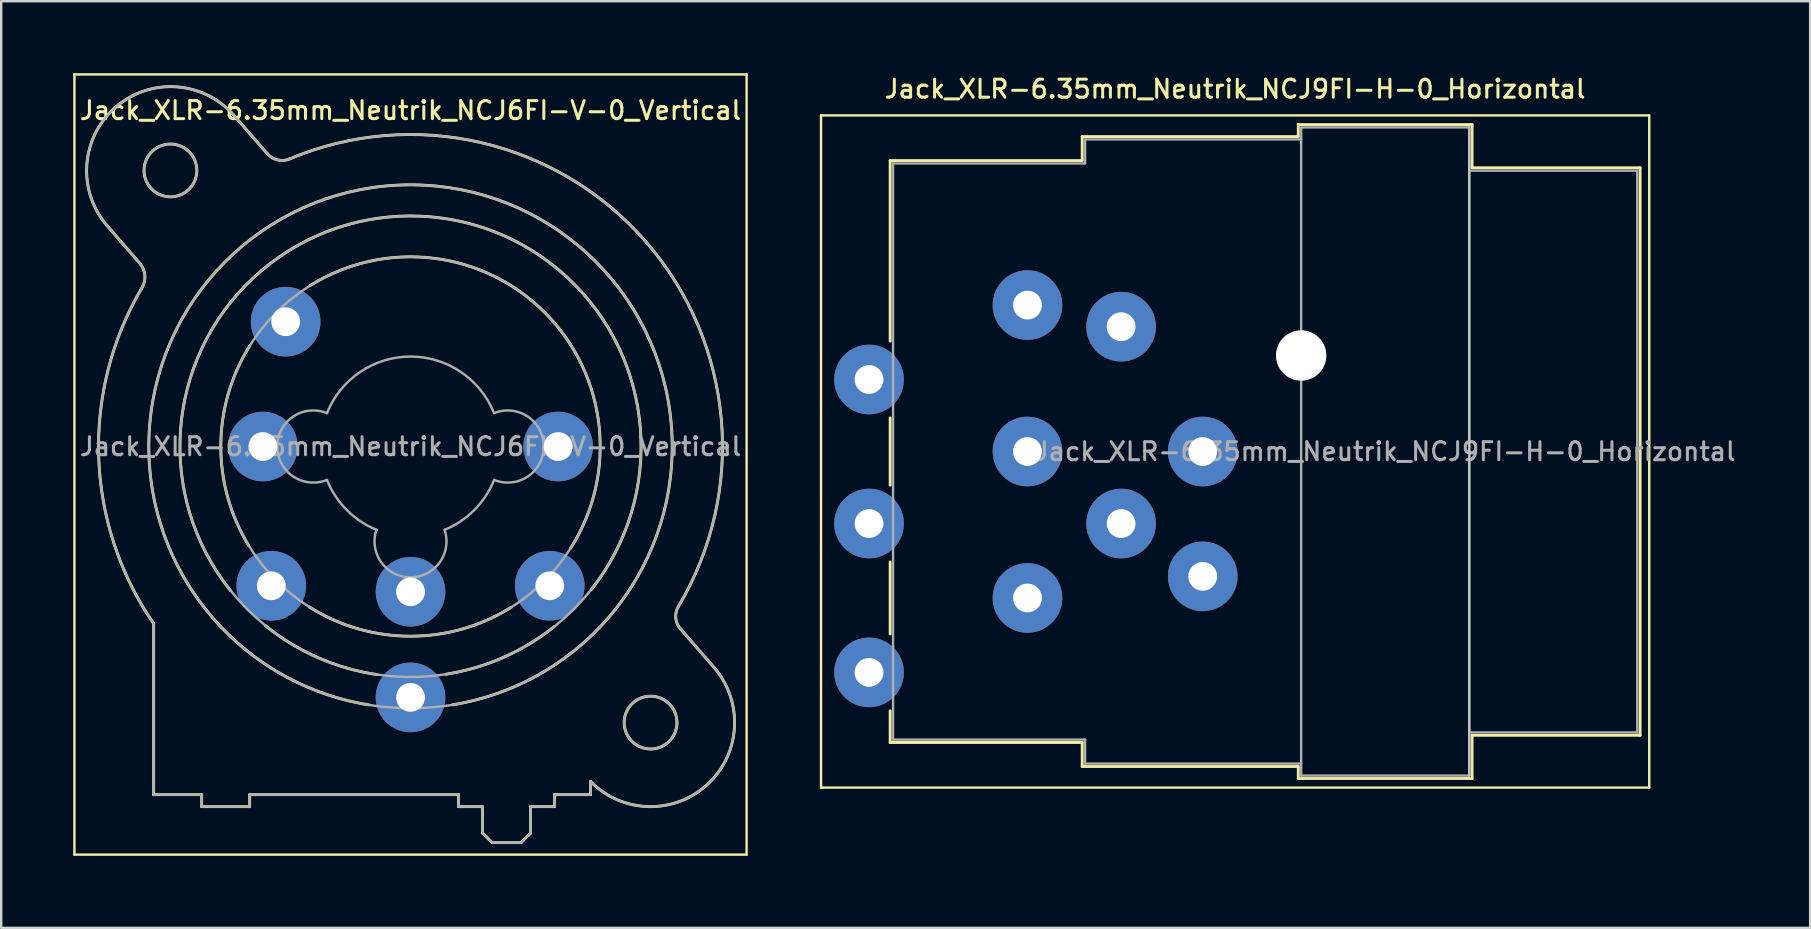
<source format=kicad_pcb>
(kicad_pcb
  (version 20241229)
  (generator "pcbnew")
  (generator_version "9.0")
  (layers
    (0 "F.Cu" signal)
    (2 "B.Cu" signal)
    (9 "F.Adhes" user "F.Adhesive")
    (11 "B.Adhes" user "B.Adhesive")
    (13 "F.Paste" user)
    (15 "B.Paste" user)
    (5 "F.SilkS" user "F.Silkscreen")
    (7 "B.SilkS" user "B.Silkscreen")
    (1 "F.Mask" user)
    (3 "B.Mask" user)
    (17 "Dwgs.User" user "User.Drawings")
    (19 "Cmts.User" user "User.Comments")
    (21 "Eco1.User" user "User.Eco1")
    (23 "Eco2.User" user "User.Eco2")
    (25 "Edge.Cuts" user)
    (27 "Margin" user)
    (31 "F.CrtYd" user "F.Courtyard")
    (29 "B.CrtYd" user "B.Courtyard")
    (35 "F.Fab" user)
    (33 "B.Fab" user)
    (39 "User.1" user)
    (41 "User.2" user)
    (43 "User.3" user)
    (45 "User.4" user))
  (footprint "Jack_XLR-6.35mm_Neutrik_NCJ6FI-V-0_Vertical"
    (layer "F.Cu")
    (at 20.2 15.55)
    (property "Reference" "Jack_XLR-6.35mm_Neutrik_NCJ6FI-V-0_Vertical" (at -6.15 -14 0) (layer "F.SilkS") (effects (font (size 0.75 0.75) (thickness 0.125))))
    (attr through_hole)
    (fp_line (start -20.15 -15.5) (end 7.85 -15.5) (stroke (width 0.1) (type solid)) (layer "F.SilkS"))
    (fp_line (start -20.15 17) (end -20.15 -15.5) (stroke (width 0.1) (type solid)) (layer "F.SilkS"))
    (fp_line (start -17.4 -7.6) (end -18.79 -9.2) (stroke (width 0.12) (type solid)) (layer "F.SilkS"))
    (fp_line (start -16.85 14.5) (end -16.85 7.38) (stroke (width 0.12) (type solid)) (layer "F.SilkS"))
    (fp_line (start -14.85 14.5) (end -16.85 14.5) (stroke (width 0.12) (type solid)) (layer "F.SilkS"))
    (fp_line (start -14.85 14.5) (end -14.85 15) (stroke (width 0.12) (type solid)) (layer "F.SilkS"))
    (fp_line (start -13.51 -13.8) (end -12.11 -12.19) (stroke (width 0.12) (type solid)) (layer "F.SilkS"))
    (fp_line (start -12.85 14.5) (end -12.85 15) (stroke (width 0.12) (type solid)) (layer "F.SilkS"))
    (fp_line (start -12.85 15) (end -14.85 15) (stroke (width 0.12) (type solid)) (layer "F.SilkS"))
    (fp_line (start -4.15 14.5) (end -12.85 14.5) (stroke (width 0.12) (type solid)) (layer "F.SilkS"))
    (fp_line (start -4.15 14.5) (end -4.15 15) (stroke (width 0.12) (type solid)) (layer "F.SilkS"))
    (fp_line (start -3.15 15) (end -4.15 15) (stroke (width 0.12) (type solid)) (layer "F.SilkS"))
    (fp_line (start -3.15 15) (end -3.15 16.1) (stroke (width 0.12) (type solid)) (layer "F.SilkS"))
    (fp_line (start -3.15 16.1) (end -2.75 16.5) (stroke (width 0.12) (type solid)) (layer "F.SilkS"))
    (fp_line (start -1.55 16.5) (end -2.75 16.5) (stroke (width 0.12) (type solid)) (layer "F.SilkS"))
    (fp_line (start -1.15 15) (end -1.15 16.1) (stroke (width 0.12) (type solid)) (layer "F.SilkS"))
    (fp_line (start -1.15 16.1) (end -1.55 16.5) (stroke (width 0.12) (type solid)) (layer "F.SilkS"))
    (fp_line (start -0.15 14.5) (end -0.15 15) (stroke (width 0.12) (type solid)) (layer "F.SilkS"))
    (fp_line (start -0.15 15) (end -1.15 15) (stroke (width 0.12) (type solid)) (layer "F.SilkS"))
    (fp_line (start 1.35 13.95) (end 1.35 14.5) (stroke (width 0.12) (type solid)) (layer "F.SilkS"))
    (fp_line (start 1.35 14.5) (end -0.15 14.5) (stroke (width 0.12) (type solid)) (layer "F.SilkS"))
    (fp_line (start 5.1 7.6) (end 6.49 9.2) (stroke (width 0.12) (type solid)) (layer "F.SilkS"))
    (fp_line (start 7.85 -15.5) (end 7.85 17) (stroke (width 0.1) (type solid)) (layer "F.SilkS"))
    (fp_line (start 7.85 17) (end -20.15 17) (stroke (width 0.1) (type solid)) (layer "F.SilkS"))
    (fp_arc (start -18.79 -9.2) (mid -18.45 -14.14) (end -13.51 -13.8) (stroke (width 0.12) (type solid)) (layer "F.SilkS"))
    (fp_arc (start -17.400452 -7.59955) (mid -17.216295 -7.14315) (end -17.31 -6.66) (stroke (width 0.12) (type solid)) (layer "F.SilkS"))
    (fp_arc (start -16.851206 7.374645) (mid -19.139261 0.42462) (end -17.31 -6.66) (stroke (width 0.12) (type solid)) (layer "F.SilkS"))
    (fp_arc (start -13.65 6) (mid -6.168408 -9.604669) (end 1.372943 5.971208) (stroke (width 0.12) (type solid)) (layer "F.SilkS"))
    (fp_arc (start -12.9 4.11) (mid -14.052663 -0.0501) (end -12.847348 -4.195251) (stroke (width 0.12) (type solid)) (layer "F.SilkS"))
    (fp_arc (start -11.201352 -11.974349) (mid 3.655031 -8.530097) (end 5.01 6.66) (stroke (width 0.12) (type solid)) (layer "F.SilkS"))
    (fp_arc (start -11.177539 -11.981856) (mid -11.677484 -11.93489) (end -12.11 -12.19) (stroke (width 0.12) (type solid)) (layer "F.SilkS"))
    (fp_arc (start -10.34 -6.7) (mid -0.544787 -5.570251) (end 0.523653 4.231839) (stroke (width 0.12) (type solid)) (layer "F.SilkS"))
    (fp_arc (start -7.9 10.76) (mid -6.152346 -10.90138) (end -4.395368 10.759246) (stroke (width 0.12) (type solid)) (layer "F.SilkS"))
    (fp_arc (start -7.55 9.5) (mid -10.007174 8.793873) (end -12.190932 7.464391) (stroke (width 0.12) (type solid)) (layer "F.SilkS"))
    (fp_arc (start -1.96 6.7) (mid -6.167825 7.902264) (end -10.370184 6.681029) (stroke (width 0.12) (type solid)) (layer "F.SilkS"))
    (fp_arc (start -0.16 7.5) (mid -2.282236 8.784674) (end -4.662837 9.482534) (stroke (width 0.12) (type solid)) (layer "F.SilkS"))
    (fp_arc (start 5.109394 7.611661) (mid 4.900255 7.152483) (end 5.01 6.66) (stroke (width 0.12) (type solid)) (layer "F.SilkS"))
    (fp_arc (start 6.49 9.2) (mid 6.227307 14.070606) (end 1.351052 13.95252) (stroke (width 0.12) (type solid)) (layer "F.SilkS"))
    (fp_circle (center -16.15 -11.5) (end -15.05 -11.5) (stroke (width 0.12) (type solid)) (fill no) (layer "F.SilkS"))
    (fp_circle (center 3.85 11.5) (end 4.95 11.5) (stroke (width 0.12) (type solid)) (fill no) (layer "F.SilkS"))
    (fp_line (start -17.4 -7.6) (end -18.79 -9.2) (stroke (width 0.1) (type solid)) (layer "F.Fab"))
    (fp_line (start -16.85 14.5) (end -16.85 7.38) (stroke (width 0.1) (type solid)) (layer "F.Fab"))
    (fp_line (start -14.85 14.5) (end -16.85 14.5) (stroke (width 0.1) (type solid)) (layer "F.Fab"))
    (fp_line (start -14.85 14.5) (end -14.85 15) (stroke (width 0.1) (type solid)) (layer "F.Fab"))
    (fp_line (start -13.51 -13.8) (end -12.11 -12.19) (stroke (width 0.1) (type solid)) (layer "F.Fab"))
    (fp_line (start -12.85 14.5) (end -12.85 15) (stroke (width 0.1) (type solid)) (layer "F.Fab"))
    (fp_line (start -12.85 15) (end -14.85 15) (stroke (width 0.1) (type solid)) (layer "F.Fab"))
    (fp_line (start -4.15 14.5) (end -12.85 14.5) (stroke (width 0.1) (type solid)) (layer "F.Fab"))
    (fp_line (start -4.15 14.5) (end -4.15 15) (stroke (width 0.1) (type solid)) (layer "F.Fab"))
    (fp_line (start -3.15 15) (end -4.15 15) (stroke (width 0.1) (type solid)) (layer "F.Fab"))
    (fp_line (start -3.15 15) (end -3.15 16.1) (stroke (width 0.1) (type solid)) (layer "F.Fab"))
    (fp_line (start -3.15 16.1) (end -2.75 16.5) (stroke (width 0.1) (type solid)) (layer "F.Fab"))
    (fp_line (start -1.55 16.5) (end -2.75 16.5) (stroke (width 0.1) (type solid)) (layer "F.Fab"))
    (fp_line (start -1.15 15) (end -1.15 16.1) (stroke (width 0.1) (type solid)) (layer "F.Fab"))
    (fp_line (start -1.15 16.1) (end -1.55 16.5) (stroke (width 0.1) (type solid)) (layer "F.Fab"))
    (fp_line (start -0.15 14.5) (end -0.15 15) (stroke (width 0.1) (type solid)) (layer "F.Fab"))
    (fp_line (start -0.15 15) (end -1.15 15) (stroke (width 0.1) (type solid)) (layer "F.Fab"))
    (fp_line (start 1.35 13.95) (end 1.35 14.5) (stroke (width 0.1) (type solid)) (layer "F.Fab"))
    (fp_line (start 1.35 14.5) (end -0.15 14.5) (stroke (width 0.1) (type solid)) (layer "F.Fab"))
    (fp_line (start 5.1 7.6) (end 6.49 9.2) (stroke (width 0.1) (type solid)) (layer "F.Fab"))
    (fp_arc (start -18.79 -9.2) (mid -18.45 -14.14) (end -13.51 -13.8) (stroke (width 0.1) (type solid)) (layer "F.Fab"))
    (fp_arc (start -17.400452 -7.59955) (mid -17.216295 -7.14315) (end -17.31 -6.66) (stroke (width 0.1) (type solid)) (layer "F.Fab"))
    (fp_arc (start -16.851206 7.374645) (mid -19.139261 0.42462) (end -17.31 -6.66) (stroke (width 0.1) (type solid)) (layer "F.Fab"))
    (fp_arc (start -11.201352 -11.974349) (mid 3.655031 -8.530097) (end 5.01 6.66) (stroke (width 0.1) (type solid)) (layer "F.Fab"))
    (fp_arc (start -11.177539 -11.981856) (mid -11.677484 -11.93489) (end -12.11 -12.19) (stroke (width 0.1) (type solid)) (layer "F.Fab"))
    (fp_arc (start -9.634717 1.391925) (mid -11.702329 -0.002547) (end -9.63 -1.39) (stroke (width 0.1) (type solid)) (layer "F.Fab"))
    (fp_arc (start -9.631116 -1.387204) (mid -6.151505 -3.747333) (end -2.67 -1.39) (stroke (width 0.1) (type solid)) (layer "F.Fab"))
    (fp_arc (start -7.567529 3.468878) (mid -8.810241 2.639246) (end -9.63 1.39) (stroke (width 0.1) (type solid)) (layer "F.Fab"))
    (fp_arc (start -4.729599 3.471189) (mid -6.150627 5.448932) (end -7.57 3.47) (stroke (width 0.1) (type solid)) (layer "F.Fab"))
    (fp_arc (start -2.667476 1.389002) (mid -3.487046 2.639314) (end -4.73 3.47) (stroke (width 0.1) (type solid)) (layer "F.Fab"))
    (fp_arc (start -2.665283 -1.391925) (mid -0.597671 0.002547) (end -2.67 1.39) (stroke (width 0.1) (type solid)) (layer "F.Fab"))
    (fp_arc (start 5.109394 7.611661) (mid 4.900255 7.152483) (end 5.01 6.66) (stroke (width 0.1) (type solid)) (layer "F.Fab"))
    (fp_arc (start 6.49 9.2) (mid 6.227307 14.070606) (end 1.351052 13.95252) (stroke (width 0.1) (type solid)) (layer "F.Fab"))
    (fp_circle (center -16.15 -11.5) (end -15.05 -11.5) (stroke (width 0.1) (type solid)) (fill no) (layer "F.Fab"))
    (fp_circle (center -6.15 0) (end 1.75 0) (stroke (width 0.1) (type solid)) (fill no) (layer "F.Fab"))
    (fp_circle (center -6.15 0) (end 3.45 0) (stroke (width 0.1) (type solid)) (fill no) (layer "F.Fab"))
    (fp_circle (center -6.15 0) (end 4.75 0) (stroke (width 0.1) (type solid)) (fill no) (layer "F.Fab"))
    (fp_circle (center 3.85 11.5) (end 4.95 11.5) (stroke (width 0.1) (type solid)) (fill no) (layer "F.Fab"))
    (fp_text user "${REFERENCE}" (at -6.15 0 0) (layer "F.Fab") (effects (font (size 0.75 0.75) (thickness 0.125))))
    (pad "1" thru_hole circle (at 0 0) (size 2.9 2.9) (drill 1.2) (layers "*.Cu" "*.Mask"))
    (pad "2" thru_hole circle (at -12.3 0) (size 2.9 2.9) (drill 1.2) (layers "*.Cu" "*.Mask"))
    (pad "3" thru_hole circle (at -6.15 6.05) (size 2.9 2.9) (drill 1.2) (layers "*.Cu" "*.Mask"))
    (pad "G" thru_hole circle (at -6.15 10.45) (size 2.9 2.9) (drill 1.2) (layers "*.Cu" "*.Mask"))
    (pad "R" thru_hole circle (at -0.35 5.8) (size 2.9 2.9) (drill 1.2) (layers "*.Cu" "*.Mask"))
    (pad "S" thru_hole circle (at -11.95 5.8) (size 2.9 2.9) (drill 1.2) (layers "*.Cu" "*.Mask"))
    (pad "T" thru_hole circle (at -11.35 -5.2) (size 2.9 2.9) (drill 1.2) (layers "*.Cu" "*.Mask")))
  (footprint "Jack_XLR-6.35mm_Neutrik_NCJ9FI-H-0_Horizontal"
    (layer "F.Cu")
    (at 39.75 9.658)
    (property "Reference" "Jack_XLR-6.35mm_Neutrik_NCJ9FI-H-0_Horizontal" (at 8.65 -9 0) (layer "F.SilkS") (effects (font (size 0.75 0.75) (thickness 0.125))))
    (attr through_hole)
    (fp_line (start -8.6 -7.9) (end -8.6 20.1) (stroke (width 0.1) (type solid)) (layer "F.SilkS"))
    (fp_line (start -5.72 -6.02) (end -5.72 1.5) (stroke (width 0.12) (type solid)) (layer "F.SilkS"))
    (fp_line (start -5.72 4.7) (end -5.72 7.5) (stroke (width 0.12) (type solid)) (layer "F.SilkS"))
    (fp_line (start -5.72 10.7) (end -5.72 13.7) (stroke (width 0.12) (type solid)) (layer "F.SilkS"))
    (fp_line (start -5.72 16.9) (end -5.72 18.22) (stroke (width 0.12) (type solid)) (layer "F.SilkS"))
    (fp_line (start 2.28 -7.02) (end 2.28 -6.02) (stroke (width 0.12) (type solid)) (layer "F.SilkS"))
    (fp_line (start 2.28 -6.02) (end -5.72 -6.02) (stroke (width 0.12) (type solid)) (layer "F.SilkS"))
    (fp_line (start 2.28 18.22) (end -5.72 18.22) (stroke (width 0.12) (type solid)) (layer "F.SilkS"))
    (fp_line (start 2.28 19.22) (end 2.28 18.22) (stroke (width 0.12) (type solid)) (layer "F.SilkS"))
    (fp_line (start 11.28 -7.02) (end 2.28 -7.02) (stroke (width 0.12) (type solid)) (layer "F.SilkS"))
    (fp_line (start 11.28 -7.02) (end 11.28 -7.52) (stroke (width 0.12) (type solid)) (layer "F.SilkS"))
    (fp_line (start 11.28 19.22) (end 2.28 19.22) (stroke (width 0.12) (type solid)) (layer "F.SilkS"))
    (fp_line (start 11.28 19.72) (end 11.28 19.22) (stroke (width 0.12) (type solid)) (layer "F.SilkS"))
    (fp_line (start 18.52 -7.52) (end 11.28 -7.52) (stroke (width 0.12) (type solid)) (layer "F.SilkS"))
    (fp_line (start 18.52 -7.52) (end 18.52 -5.72) (stroke (width 0.12) (type solid)) (layer "F.SilkS"))
    (fp_line (start 18.52 -5.72) (end 25.52 -5.72) (stroke (width 0.12) (type solid)) (layer "F.SilkS"))
    (fp_line (start 18.52 17.92) (end 18.52 19.72) (stroke (width 0.12) (type solid)) (layer "F.SilkS"))
    (fp_line (start 18.52 17.92) (end 25.52 17.92) (stroke (width 0.12) (type solid)) (layer "F.SilkS"))
    (fp_line (start 18.52 19.72) (end 11.28 19.72) (stroke (width 0.12) (type solid)) (layer "F.SilkS"))
    (fp_line (start 25.52 -5.72) (end 25.52 17.92) (stroke (width 0.12) (type solid)) (layer "F.SilkS"))
    (fp_line (start 25.9 -7.9) (end -8.6 -7.9) (stroke (width 0.1) (type solid)) (layer "F.SilkS"))
    (fp_line (start 25.9 -7.9) (end 25.9 20.1) (stroke (width 0.1) (type solid)) (layer "F.SilkS"))
    (fp_line (start 25.9 20.1) (end -8.6 20.1) (stroke (width 0.1) (type solid)) (layer "F.SilkS"))
    (fp_line (start 18.4 -7.4) (end 18.4 19.6) (stroke (width 0.1) (type solid)) (layer "Dwgs.User"))
    (fp_line (start -5.6 -5.9) (end -5.6 18.1) (stroke (width 0.1) (type solid)) (layer "F.Fab"))
    (fp_line (start -5.6 18.1) (end 2.4 18.1) (stroke (width 0.1) (type solid)) (layer "F.Fab"))
    (fp_line (start 2.4 -6.9) (end 2.4 -5.9) (stroke (width 0.1) (type solid)) (layer "F.Fab"))
    (fp_line (start 2.4 -5.9) (end -5.6 -5.9) (stroke (width 0.1) (type solid)) (layer "F.Fab"))
    (fp_line (start 2.4 18.1) (end 2.4 19.1) (stroke (width 0.1) (type solid)) (layer "F.Fab"))
    (fp_line (start 2.4 19.1) (end 11.4 19.1) (stroke (width 0.1) (type solid)) (layer "F.Fab"))
    (fp_line (start 11.4 -7.4) (end 18.4 -7.4) (stroke (width 0.1) (type solid)) (layer "F.Fab"))
    (fp_line (start 11.4 -6.9) (end 2.4 -6.9) (stroke (width 0.1) (type solid)) (layer "F.Fab"))
    (fp_line (start 11.4 19.6) (end 11.4 -7.4) (stroke (width 0.1) (type solid)) (layer "F.Fab"))
    (fp_line (start 18.4 -7.4) (end 18.4 19.6) (stroke (width 0.1) (type solid)) (layer "F.Fab"))
    (fp_line (start 18.4 -5.6) (end 25.4 -5.6) (stroke (width 0.1) (type solid)) (layer "F.Fab"))
    (fp_line (start 18.4 19.6) (end 11.4 19.6) (stroke (width 0.1) (type solid)) (layer "F.Fab"))
    (fp_line (start 25.4 -5.6) (end 25.4 17.8) (stroke (width 0.1) (type solid)) (layer "F.Fab"))
    (fp_line (start 25.4 17.8) (end 18.4 17.8) (stroke (width 0.1) (type solid)) (layer "F.Fab"))
    (fp_text user "${REFERENCE}" (at 14.9 6.1 0) (layer "F.Fab") (effects (font (size 0.75 0.75) (thickness 0.125))))
    (pad "" np_thru_hole circle (at 11.4 2.1) (size 2.1 2.1) (drill 2.1) (layers "*.Cu" "*.Mask"))
    (pad "1" thru_hole circle (at 0 0) (size 2.9 2.9) (drill 1.2) (layers "*.Cu" "*.Mask"))
    (pad "2" thru_hole circle (at 0 12.2) (size 2.9 2.9) (drill 1.2) (layers "*.Cu" "*.Mask"))
    (pad "3" thru_hole circle (at 0 6.1) (size 2.9 2.9) (drill 1.2) (layers "*.Cu" "*.Mask"))
    (pad "G" thru_hole circle (at 7.3 6.1) (size 2.9 2.9) (drill 1.2) (layers "*.Cu" "*.Mask"))
    (pad "R" thru_hole circle (at 3.9 0.9) (size 2.9 2.9) (drill 1.2) (layers "*.Cu" "*.Mask"))
    (pad "RN" thru_hole circle (at -6.6 3.1) (size 2.9 2.9) (drill 1.2) (layers "*.Cu" "*.Mask"))
    (pad "S" thru_hole circle (at 7.3 11.3) (size 2.9 2.9) (drill 1.2) (layers "*.Cu" "*.Mask"))
    (pad "SN" thru_hole circle (at 3.9 9.1) (size 2.9 2.9) (drill 1.2) (layers "*.Cu" "*.Mask"))
    (pad "T" thru_hole circle (at -6.6 15.3) (size 2.9 2.9) (drill 1.2) (layers "*.Cu" "*.Mask"))
    (pad "TN" thru_hole circle (at -6.6 9.1) (size 2.9 2.9) (drill 1.2) (layers "*.Cu" "*.Mask")))
  (gr_rect
    (start -3 -3)
    (end 72.352 35.6)
    (stroke (width 0.1) (type default))
    (fill no)
    (layer "Edge.Cuts")))
</source>
